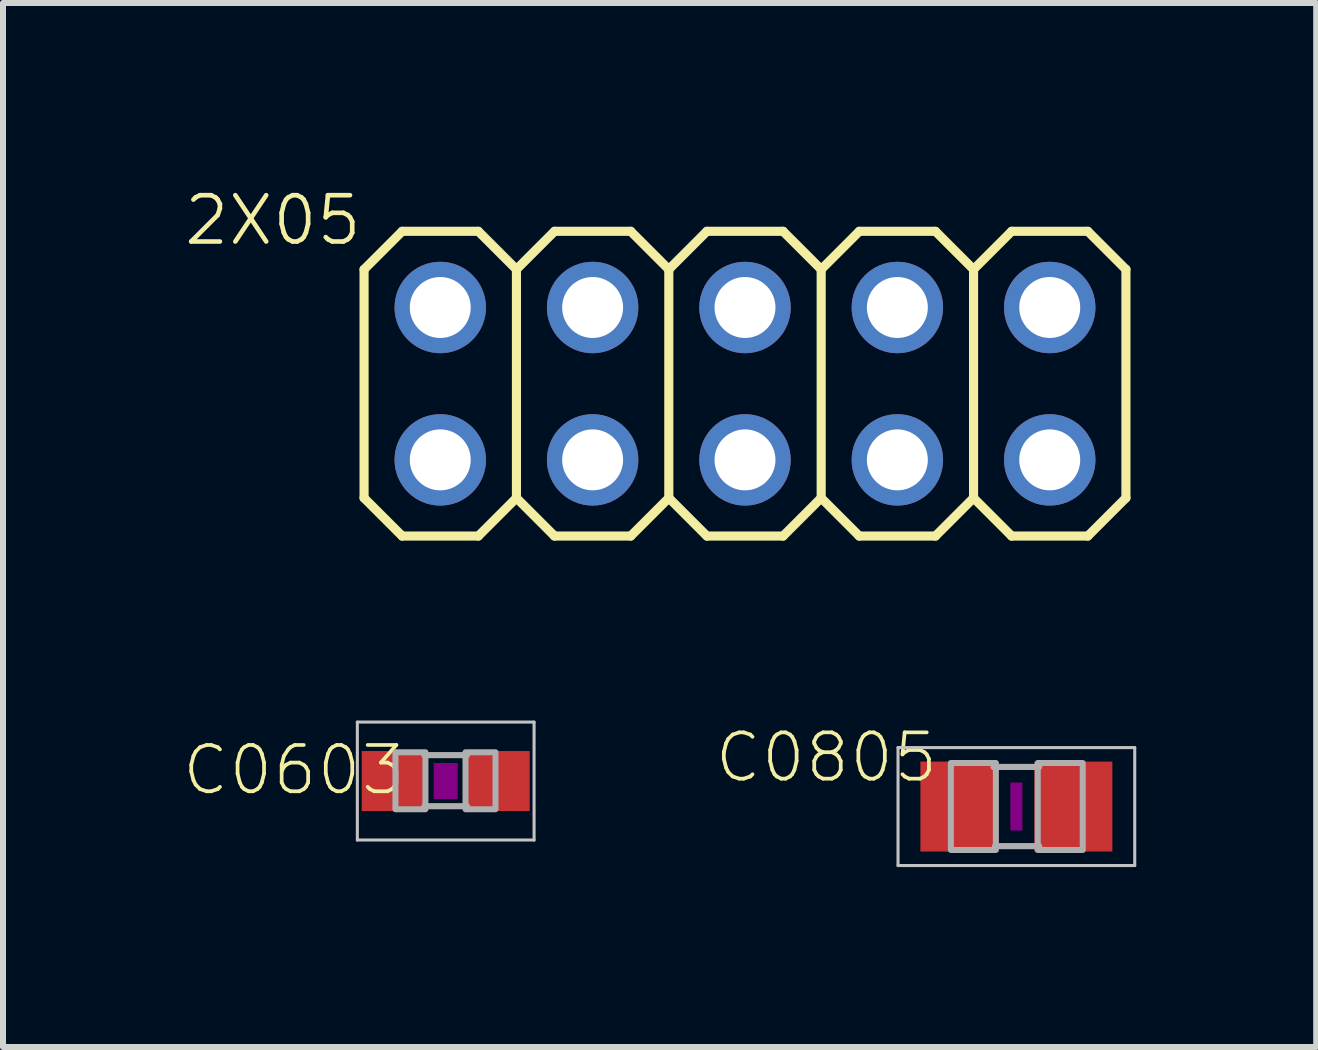
<source format=kicad_pcb>
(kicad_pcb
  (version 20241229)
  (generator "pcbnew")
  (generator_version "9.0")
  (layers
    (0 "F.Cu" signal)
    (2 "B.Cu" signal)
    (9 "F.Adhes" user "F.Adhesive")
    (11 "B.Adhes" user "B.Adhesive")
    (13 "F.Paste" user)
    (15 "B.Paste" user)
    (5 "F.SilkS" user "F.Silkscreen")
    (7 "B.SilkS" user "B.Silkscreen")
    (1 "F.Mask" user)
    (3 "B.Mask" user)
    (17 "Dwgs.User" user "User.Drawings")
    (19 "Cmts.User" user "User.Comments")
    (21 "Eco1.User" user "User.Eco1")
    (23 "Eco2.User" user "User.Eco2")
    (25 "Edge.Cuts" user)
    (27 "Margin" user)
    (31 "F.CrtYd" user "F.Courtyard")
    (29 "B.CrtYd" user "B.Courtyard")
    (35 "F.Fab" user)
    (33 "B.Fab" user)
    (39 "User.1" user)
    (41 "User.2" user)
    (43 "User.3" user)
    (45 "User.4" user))
  (footprint "C0805"
    (layer "F.Cu")
    (at 13.893 10.395)
    (property "Reference" "C0805" (at -1.27 -1.27 180) (layer "F.SilkS") (effects (font (size 0.772 0.772) (thickness 0.062)) (justify right top)))
    (attr through_hole)
    (fp_poly (pts (xy -0.1 0.4) (xy 0.1 0.4) (xy 0.1 -0.4) (xy -0.1 -0.4)) (stroke (width 0) (type solid)) (fill yes) (layer "F.Adhes"))
    (fp_line (start -1.973 -0.983) (end 1.973 -0.983) (stroke (width 0.051) (type solid)) (layer "Dwgs.User"))
    (fp_line (start -1.973 0.983) (end -1.973 -0.983) (stroke (width 0.051) (type solid)) (layer "Dwgs.User"))
    (fp_line (start 1.973 -0.983) (end 1.973 0.983) (stroke (width 0.051) (type solid)) (layer "Dwgs.User"))
    (fp_line (start 1.973 0.983) (end -1.973 0.983) (stroke (width 0.051) (type solid)) (layer "Dwgs.User"))
    (fp_line (start -0.381 -0.66) (end 0.381 -0.66) (stroke (width 0.102) (type solid)) (layer "F.Fab"))
    (fp_line (start -0.356 0.66) (end 0.381 0.66) (stroke (width 0.102) (type solid)) (layer "F.Fab"))
    (fp_poly (pts (xy -1.092 0.724) (xy -0.342 0.724) (xy -0.342 -0.726) (xy -1.092 -0.726)) (stroke (width 0.1) (type solid)) (fill no) (layer "F.Fab"))
    (fp_poly (pts (xy 0.356 0.724) (xy 1.106 0.724) (xy 1.106 -0.726) (xy 0.356 -0.726)) (stroke (width 0.1) (type solid)) (fill no) (layer "F.Fab"))
    (pad "1" smd rect (at -0.95 0) (size 1.3 1.5) (layers "F.Cu" "F.Mask" "F.Paste"))
    (pad "2" smd rect (at 0.95 0) (size 1.3 1.5) (layers "F.Cu" "F.Mask" "F.Paste")))
  (footprint "C0603"
    (layer "F.Cu")
    (at 4.38 9.97)
    (property "Reference" "C0603" (at -0.635 -0.635 180) (layer "F.SilkS") (effects (font (size 0.772 0.772) (thickness 0.062)) (justify right top)))
    (attr through_hole)
    (fp_poly (pts (xy -0.2 0.3) (xy 0.2 0.3) (xy 0.2 -0.3) (xy -0.2 -0.3)) (stroke (width 0) (type solid)) (fill yes) (layer "F.Adhes"))
    (fp_line (start -1.473 -0.983) (end 1.473 -0.983) (stroke (width 0.051) (type solid)) (layer "Dwgs.User"))
    (fp_line (start -1.473 0.983) (end -1.473 -0.983) (stroke (width 0.051) (type solid)) (layer "Dwgs.User"))
    (fp_line (start 1.473 -0.983) (end 1.473 0.983) (stroke (width 0.051) (type solid)) (layer "Dwgs.User"))
    (fp_line (start 1.473 0.983) (end -1.473 0.983) (stroke (width 0.051) (type solid)) (layer "Dwgs.User"))
    (fp_line (start -0.356 -0.432) (end 0.356 -0.432) (stroke (width 0.102) (type solid)) (layer "F.Fab"))
    (fp_line (start -0.356 0.419) (end 0.356 0.419) (stroke (width 0.102) (type solid)) (layer "F.Fab"))
    (fp_poly (pts (xy -0.838 0.47) (xy -0.338 0.47) (xy -0.338 -0.48) (xy -0.838 -0.48)) (stroke (width 0.1) (type solid)) (fill no) (layer "F.Fab"))
    (fp_poly (pts (xy 0.33 0.47) (xy 0.83 0.47) (xy 0.83 -0.48) (xy 0.33 -0.48)) (stroke (width 0.1) (type solid)) (fill no) (layer "F.Fab"))
    (pad "1" smd rect (at -0.85 0) (size 1.1 1) (layers "F.Cu" "F.Mask" "F.Paste"))
    (pad "2" smd rect (at 0.85 0) (size 1.1 1) (layers "F.Cu" "F.Mask" "F.Paste")))
  (footprint "2X05"
    (layer "F.Cu")
    (at 9.369 3.346)
    (property "Reference" "2X05" (at -6.35 -3.175 180) (layer "F.SilkS") (effects (font (size 0.772 0.772) (thickness 0.077)) (justify right top)))
    (attr through_hole)
    (fp_line (start -6.35 -1.905) (end -5.715 -2.54) (stroke (width 0.152) (type solid)) (layer "F.SilkS"))
    (fp_line (start -6.35 1.905) (end -6.35 -1.905) (stroke (width 0.152) (type solid)) (layer "F.SilkS"))
    (fp_line (start -6.35 1.905) (end -5.715 2.54) (stroke (width 0.152) (type solid)) (layer "F.SilkS"))
    (fp_line (start -5.715 -2.54) (end -4.445 -2.54) (stroke (width 0.152) (type solid)) (layer "F.SilkS"))
    (fp_line (start -5.715 2.54) (end -4.445 2.54) (stroke (width 0.152) (type solid)) (layer "F.SilkS"))
    (fp_line (start -4.445 -2.54) (end -3.81 -1.905) (stroke (width 0.152) (type solid)) (layer "F.SilkS"))
    (fp_line (start -4.445 2.54) (end -3.81 1.905) (stroke (width 0.152) (type solid)) (layer "F.SilkS"))
    (fp_line (start -3.81 -1.905) (end -3.81 1.905) (stroke (width 0.152) (type solid)) (layer "F.SilkS"))
    (fp_line (start -3.81 -1.905) (end -3.175 -2.54) (stroke (width 0.152) (type solid)) (layer "F.SilkS"))
    (fp_line (start -3.81 1.905) (end -3.175 2.54) (stroke (width 0.152) (type solid)) (layer "F.SilkS"))
    (fp_line (start -3.175 -2.54) (end -1.905 -2.54) (stroke (width 0.152) (type solid)) (layer "F.SilkS"))
    (fp_line (start -3.175 2.54) (end -1.905 2.54) (stroke (width 0.152) (type solid)) (layer "F.SilkS"))
    (fp_line (start -1.905 -2.54) (end -1.27 -1.905) (stroke (width 0.152) (type solid)) (layer "F.SilkS"))
    (fp_line (start -1.905 2.54) (end -1.27 1.905) (stroke (width 0.152) (type solid)) (layer "F.SilkS"))
    (fp_line (start -1.27 -1.905) (end -1.27 1.905) (stroke (width 0.152) (type solid)) (layer "F.SilkS"))
    (fp_line (start -1.27 -1.905) (end -0.635 -2.54) (stroke (width 0.152) (type solid)) (layer "F.SilkS"))
    (fp_line (start -1.27 1.905) (end -0.635 2.54) (stroke (width 0.152) (type solid)) (layer "F.SilkS"))
    (fp_line (start -0.635 -2.54) (end 0.635 -2.54) (stroke (width 0.152) (type solid)) (layer "F.SilkS"))
    (fp_line (start -0.635 2.54) (end 0.635 2.54) (stroke (width 0.152) (type solid)) (layer "F.SilkS"))
    (fp_line (start 0.635 -2.54) (end 1.27 -1.905) (stroke (width 0.152) (type solid)) (layer "F.SilkS"))
    (fp_line (start 0.635 2.54) (end 1.27 1.905) (stroke (width 0.152) (type solid)) (layer "F.SilkS"))
    (fp_line (start 1.27 -1.905) (end 1.27 1.905) (stroke (width 0.152) (type solid)) (layer "F.SilkS"))
    (fp_line (start 1.27 -1.905) (end 1.905 -2.54) (stroke (width 0.152) (type solid)) (layer "F.SilkS"))
    (fp_line (start 1.27 1.905) (end 1.905 2.54) (stroke (width 0.152) (type solid)) (layer "F.SilkS"))
    (fp_line (start 1.905 -2.54) (end 3.175 -2.54) (stroke (width 0.152) (type solid)) (layer "F.SilkS"))
    (fp_line (start 1.905 2.54) (end 3.175 2.54) (stroke (width 0.152) (type solid)) (layer "F.SilkS"))
    (fp_line (start 3.175 -2.54) (end 3.81 -1.905) (stroke (width 0.152) (type solid)) (layer "F.SilkS"))
    (fp_line (start 3.175 2.54) (end 3.81 1.905) (stroke (width 0.152) (type solid)) (layer "F.SilkS"))
    (fp_line (start 3.81 -1.905) (end 3.81 1.905) (stroke (width 0.152) (type solid)) (layer "F.SilkS"))
    (fp_line (start 3.81 -1.905) (end 4.445 -2.54) (stroke (width 0.152) (type solid)) (layer "F.SilkS"))
    (fp_line (start 3.81 1.905) (end 4.445 2.54) (stroke (width 0.152) (type solid)) (layer "F.SilkS"))
    (fp_line (start 4.445 -2.54) (end 5.715 -2.54) (stroke (width 0.152) (type solid)) (layer "F.SilkS"))
    (fp_line (start 4.445 2.54) (end 5.715 2.54) (stroke (width 0.152) (type solid)) (layer "F.SilkS"))
    (fp_line (start 5.715 -2.54) (end 6.35 -1.905) (stroke (width 0.152) (type solid)) (layer "F.SilkS"))
    (fp_line (start 5.715 2.54) (end 6.35 1.905) (stroke (width 0.152) (type solid)) (layer "F.SilkS"))
    (fp_line (start 6.35 -1.905) (end 6.35 1.905) (stroke (width 0.152) (type solid)) (layer "F.SilkS"))
    (fp_poly (pts (xy -5.334 -1.016) (xy -4.826 -1.016) (xy -4.826 -1.524) (xy -5.334 -1.524)) (stroke (width 0.1) (type solid)) (fill no) (layer "F.Fab"))
    (fp_poly (pts (xy -5.334 1.524) (xy -4.826 1.524) (xy -4.826 1.016) (xy -5.334 1.016)) (stroke (width 0.1) (type solid)) (fill no) (layer "F.Fab"))
    (fp_poly (pts (xy -2.794 -1.016) (xy -2.286 -1.016) (xy -2.286 -1.524) (xy -2.794 -1.524)) (stroke (width 0.1) (type solid)) (fill no) (layer "F.Fab"))
    (fp_poly (pts (xy -2.794 1.524) (xy -2.286 1.524) (xy -2.286 1.016) (xy -2.794 1.016)) (stroke (width 0.1) (type solid)) (fill no) (layer "F.Fab"))
    (fp_poly (pts (xy -0.254 -1.016) (xy 0.254 -1.016) (xy 0.254 -1.524) (xy -0.254 -1.524)) (stroke (width 0.1) (type solid)) (fill no) (layer "F.Fab"))
    (fp_poly (pts (xy -0.254 1.524) (xy 0.254 1.524) (xy 0.254 1.016) (xy -0.254 1.016)) (stroke (width 0.1) (type solid)) (fill no) (layer "F.Fab"))
    (fp_poly (pts (xy 2.286 -1.016) (xy 2.794 -1.016) (xy 2.794 -1.524) (xy 2.286 -1.524)) (stroke (width 0.1) (type solid)) (fill no) (layer "F.Fab"))
    (fp_poly (pts (xy 2.286 1.524) (xy 2.794 1.524) (xy 2.794 1.016) (xy 2.286 1.016)) (stroke (width 0.1) (type solid)) (fill no) (layer "F.Fab"))
    (fp_poly (pts (xy 4.826 -1.016) (xy 5.334 -1.016) (xy 5.334 -1.524) (xy 4.826 -1.524)) (stroke (width 0.1) (type solid)) (fill no) (layer "F.Fab"))
    (fp_poly (pts (xy 4.826 1.524) (xy 5.334 1.524) (xy 5.334 1.016) (xy 4.826 1.016)) (stroke (width 0.1) (type solid)) (fill no) (layer "F.Fab"))
    (pad "1" thru_hole circle (at -5.08 1.27) (size 1.524 1.524) (drill 1.016) (layers "*.Cu" "*.Mask"))
    (pad "2" thru_hole circle (at -5.08 -1.27) (size 1.524 1.524) (drill 1.016) (layers "*.Cu" "*.Mask"))
    (pad "3" thru_hole circle (at -2.54 1.27) (size 1.524 1.524) (drill 1.016) (layers "*.Cu" "*.Mask"))
    (pad "4" thru_hole circle (at -2.54 -1.27) (size 1.524 1.524) (drill 1.016) (layers "*.Cu" "*.Mask"))
    (pad "5" thru_hole circle (at 0 1.27) (size 1.524 1.524) (drill 1.016) (layers "*.Cu" "*.Mask"))
    (pad "6" thru_hole circle (at 0 -1.27) (size 1.524 1.524) (drill 1.016) (layers "*.Cu" "*.Mask"))
    (pad "7" thru_hole circle (at 2.54 1.27) (size 1.524 1.524) (drill 1.016) (layers "*.Cu" "*.Mask"))
    (pad "8" thru_hole circle (at 2.54 -1.27) (size 1.524 1.524) (drill 1.016) (layers "*.Cu" "*.Mask"))
    (pad "9" thru_hole circle (at 5.08 1.27) (size 1.524 1.524) (drill 1.016) (layers "*.Cu" "*.Mask"))
    (pad "10" thru_hole circle (at 5.08 -1.27) (size 1.524 1.524) (drill 1.016) (layers "*.Cu" "*.Mask")))
  (gr_rect
    (start -3 -3)
    (end 18.891 14.403)
    (stroke (width 0.1) (type default))
    (fill no)
    (layer "Edge.Cuts")))
</source>
